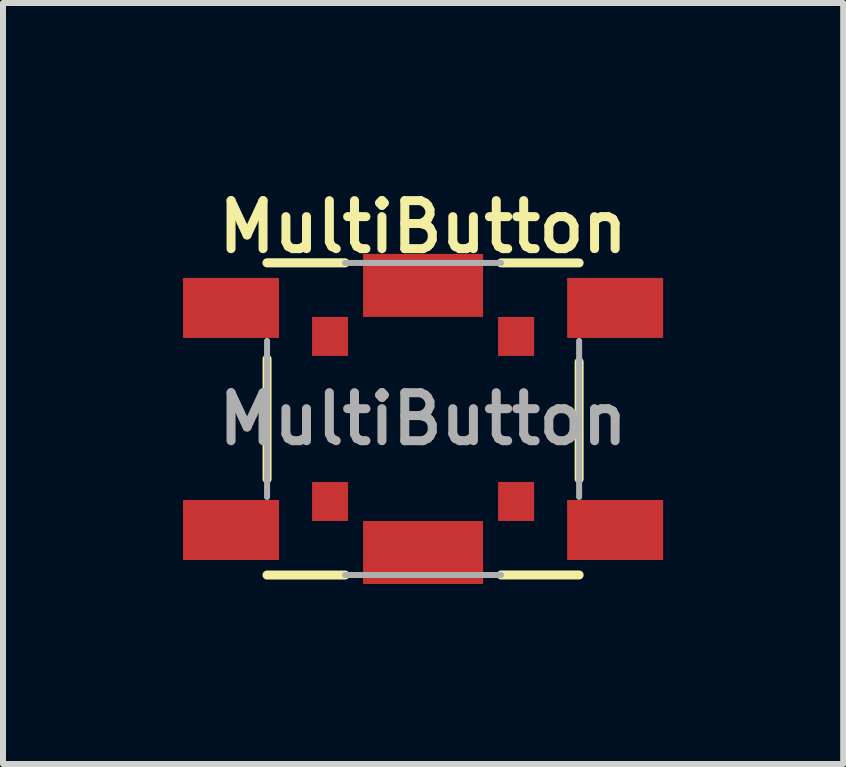
<source format=kicad_pcb>
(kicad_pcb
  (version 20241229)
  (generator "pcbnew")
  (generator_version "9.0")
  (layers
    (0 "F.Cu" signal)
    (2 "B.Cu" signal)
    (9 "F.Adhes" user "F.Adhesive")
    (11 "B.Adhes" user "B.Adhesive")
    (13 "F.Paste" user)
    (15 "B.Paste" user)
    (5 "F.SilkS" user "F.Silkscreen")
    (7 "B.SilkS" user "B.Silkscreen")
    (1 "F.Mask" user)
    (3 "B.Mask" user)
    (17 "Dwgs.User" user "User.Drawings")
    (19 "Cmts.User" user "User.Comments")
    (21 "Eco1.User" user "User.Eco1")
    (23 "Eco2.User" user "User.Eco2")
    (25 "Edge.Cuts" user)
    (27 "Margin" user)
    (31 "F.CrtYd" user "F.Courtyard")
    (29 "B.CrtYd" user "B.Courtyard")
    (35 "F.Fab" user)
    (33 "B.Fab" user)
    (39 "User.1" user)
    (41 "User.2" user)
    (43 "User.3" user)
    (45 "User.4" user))
  (footprint "MultiButton"
    (layer "F.Cu")
    (at 4 3.931)
    (property "Reference" "MultiButton" (at 0 -3.2 0) (layer "F.SilkS") (effects (font (size 0.8 0.8) (thickness 0.15))))
    (attr smd)
    (fp_line (start -2.601 2.601) (end -1.3 2.601) (stroke (width 0.15) (type solid)) (layer "F.SilkS"))
    (fp_line (start -2.6 -1) (end -2.6 1) (stroke (width 0.15) (type solid)) (layer "F.SilkS"))
    (fp_line (start -1.3 -2.601) (end -2.601 -2.601) (stroke (width 0.152) (type solid)) (layer "F.SilkS"))
    (fp_line (start 2.6 -2.6) (end 1.3 -2.6) (stroke (width 0.15) (type solid)) (layer "F.SilkS"))
    (fp_line (start 2.6 1) (end 2.6 -0.95) (stroke (width 0.15) (type solid)) (layer "F.SilkS"))
    (fp_line (start 2.6 2.6) (end 1.3 2.6) (stroke (width 0.15) (type solid)) (layer "F.SilkS"))
    (fp_line (start -2.6 -1.3) (end -2.6 1.3) (stroke (width 0.1) (type solid)) (layer "F.Fab"))
    (fp_line (start -1.3 2.6) (end 1.3 2.6) (stroke (width 0.1) (type solid)) (layer "F.Fab"))
    (fp_line (start 1.3 -2.6) (end -1.3 -2.6) (stroke (width 0.1) (type solid)) (layer "F.Fab"))
    (fp_line (start 2.6 1.3) (end 2.6 -1.3) (stroke (width 0.1) (type solid)) (layer "F.Fab"))
    (fp_text user "${REFERENCE}" (at 0 0 0) (layer "F.Fab") (effects (font (size 0.8 0.8) (thickness 0.15))))
    (pad "1" smd rect (at -3.2 -1.85) (size 1.6 1) (layers "F.Cu" "F.Mask" "F.Paste"))
    (pad "1" smd rect (at -1.55 -1.375) (size 0.6 0.65) (layers "F.Cu" "F.Mask" "F.Paste"))
    (pad "1" smd rect (at 0 -2.225 270) (size 1.05 2) (layers "F.Cu" "F.Mask" "F.Paste"))
    (pad "1" smd rect (at 1.55 -1.375) (size 0.6 0.65) (layers "F.Cu" "F.Mask" "F.Paste"))
    (pad "1" smd rect (at 3.2 -1.85) (size 1.6 1) (layers "F.Cu" "F.Mask" "F.Paste"))
    (pad "2" smd rect (at -3.2 1.85) (size 1.6 1) (layers "F.Cu" "F.Mask" "F.Paste"))
    (pad "2" smd rect (at -1.55 1.375) (size 0.6 0.65) (layers "F.Cu" "F.Mask" "F.Paste"))
    (pad "2" smd rect (at 0 2.225 270) (size 1.05 2) (layers "F.Cu" "F.Mask" "F.Paste"))
    (pad "2" smd rect (at 1.55 1.375) (size 0.6 0.65) (layers "F.Cu" "F.Mask" "F.Paste"))
    (pad "2" smd rect (at 3.2 1.85) (size 1.6 1) (layers "F.Cu" "F.Mask" "F.Paste")))
  (gr_rect
    (start -3 -3)
    (end 11 9.681)
    (stroke (width 0.1) (type default))
    (fill no)
    (layer "Edge.Cuts")))
</source>
